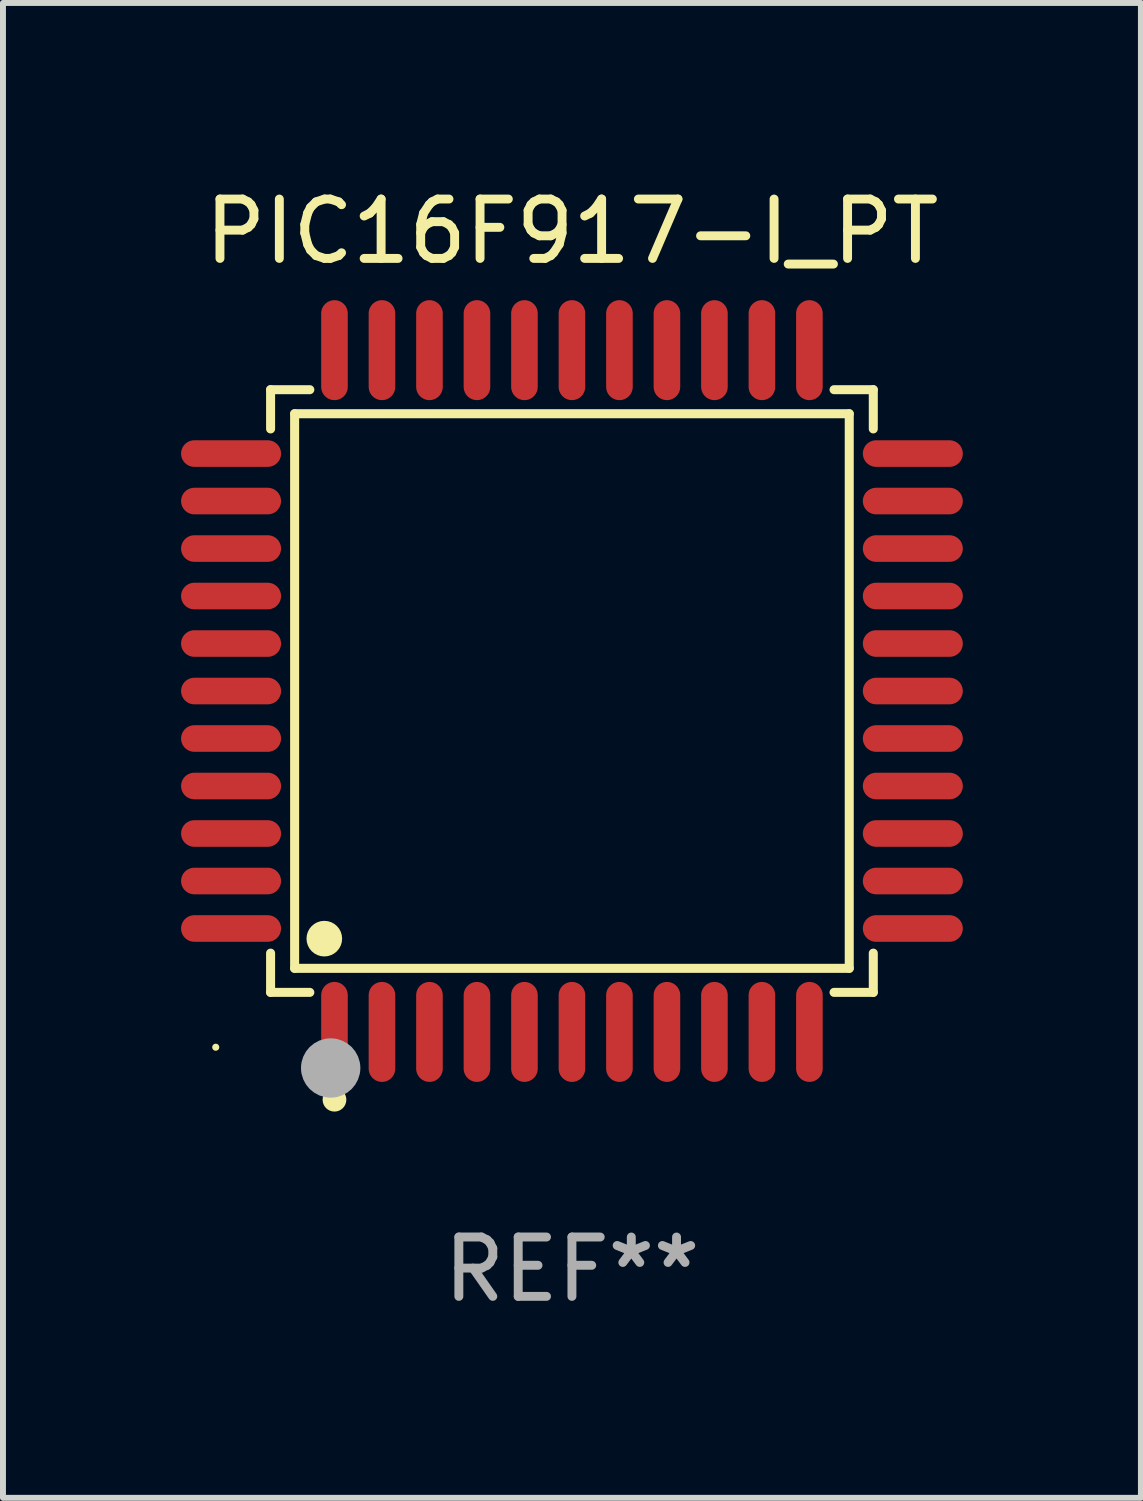
<source format=kicad_pcb>
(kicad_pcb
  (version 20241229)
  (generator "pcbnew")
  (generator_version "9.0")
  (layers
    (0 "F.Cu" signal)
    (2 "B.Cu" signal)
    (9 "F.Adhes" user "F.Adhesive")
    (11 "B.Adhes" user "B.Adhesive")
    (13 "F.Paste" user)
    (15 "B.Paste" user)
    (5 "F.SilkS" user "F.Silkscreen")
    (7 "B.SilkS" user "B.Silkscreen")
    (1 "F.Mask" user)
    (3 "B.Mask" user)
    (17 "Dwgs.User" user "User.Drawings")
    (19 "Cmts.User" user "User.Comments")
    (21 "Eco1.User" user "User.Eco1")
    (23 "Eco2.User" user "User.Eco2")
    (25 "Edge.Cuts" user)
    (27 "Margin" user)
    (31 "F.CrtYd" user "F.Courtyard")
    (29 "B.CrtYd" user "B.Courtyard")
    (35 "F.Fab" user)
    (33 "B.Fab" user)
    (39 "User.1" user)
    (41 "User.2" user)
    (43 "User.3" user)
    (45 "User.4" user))
  (footprint "PIC16F917-I_PT"
    (layer "F.Cu")
    (at 6.584 8.59)
    (property "Reference" "PIC16F917-I_PT" (at 0 -7.742 0) (layer "F.SilkS") (effects (font (size 1 1) (thickness 0.15))))
    (attr through_hole)
    (fp_line (start -5.076 -5.076) (end -4.415 -5.076) (stroke (width 0.152) (type solid)) (layer "F.SilkS"))
    (fp_line (start -5.076 -4.415) (end -5.076 -5.076) (stroke (width 0.152) (type solid)) (layer "F.SilkS"))
    (fp_line (start -5.076 4.415) (end -5.076 5.076) (stroke (width 0.152) (type solid)) (layer "F.SilkS"))
    (fp_line (start -5.076 5.076) (end -4.415 5.076) (stroke (width 0.152) (type solid)) (layer "F.SilkS"))
    (fp_line (start -4.671 -4.671) (end 4.671 -4.671) (stroke (width 0.152) (type solid)) (layer "F.SilkS"))
    (fp_line (start -4.671 4.671) (end -4.671 -4.671) (stroke (width 0.152) (type solid)) (layer "F.SilkS"))
    (fp_line (start 4.671 -4.671) (end 4.671 4.671) (stroke (width 0.152) (type solid)) (layer "F.SilkS"))
    (fp_line (start 4.671 4.671) (end -4.671 4.671) (stroke (width 0.152) (type solid)) (layer "F.SilkS"))
    (fp_line (start 5.076 -5.076) (end 4.415 -5.076) (stroke (width 0.152) (type solid)) (layer "F.SilkS"))
    (fp_line (start 5.076 -4.415) (end 5.076 -5.076) (stroke (width 0.152) (type solid)) (layer "F.SilkS"))
    (fp_line (start 5.076 4.415) (end 5.076 5.076) (stroke (width 0.152) (type solid)) (layer "F.SilkS"))
    (fp_line (start 5.076 5.076) (end 4.415 5.076) (stroke (width 0.152) (type solid)) (layer "F.SilkS"))
    (fp_circle (center -6 6) (end -5.97 6) (stroke (width 0.06) (type solid)) (fill no) (layer "F.SilkS"))
    (fp_circle (center -4.171 4.171) (end -4.021 4.171) (stroke (width 0.3) (type solid)) (fill no) (layer "F.SilkS"))
    (fp_circle (center -4 6.884) (end -3.9 6.884) (stroke (width 0.2) (type solid)) (fill no) (layer "F.SilkS"))
    (fp_circle (center -4.064 6.35) (end -3.814 6.35) (stroke (width 0.5) (type solid)) (fill no) (layer "F.Fab"))
    (fp_text user "REF**" (at 0 9.742 0) (layer "F.Fab") (effects (font (size 1 1) (thickness 0.15))))
    (pad "1" smd oval (at -4 5.742) (size 0.448 1.684) (layers "F.Cu" "F.Mask" "F.Paste"))
    (pad "2" smd oval (at -3.2 5.742) (size 0.448 1.684) (layers "F.Cu" "F.Mask" "F.Paste"))
    (pad "3" smd oval (at -2.4 5.742) (size 0.448 1.684) (layers "F.Cu" "F.Mask" "F.Paste"))
    (pad "4" smd oval (at -1.6 5.742) (size 0.448 1.684) (layers "F.Cu" "F.Mask" "F.Paste"))
    (pad "5" smd oval (at -0.8 5.742) (size 0.448 1.684) (layers "F.Cu" "F.Mask" "F.Paste"))
    (pad "6" smd oval (at 0 5.742) (size 0.448 1.684) (layers "F.Cu" "F.Mask" "F.Paste"))
    (pad "7" smd oval (at 0.8 5.742) (size 0.448 1.684) (layers "F.Cu" "F.Mask" "F.Paste"))
    (pad "8" smd oval (at 1.6 5.742) (size 0.448 1.684) (layers "F.Cu" "F.Mask" "F.Paste"))
    (pad "9" smd oval (at 2.4 5.742) (size 0.448 1.684) (layers "F.Cu" "F.Mask" "F.Paste"))
    (pad "10" smd oval (at 3.2 5.742) (size 0.448 1.684) (layers "F.Cu" "F.Mask" "F.Paste"))
    (pad "11" smd oval (at 4 5.742) (size 0.448 1.684) (layers "F.Cu" "F.Mask" "F.Paste"))
    (pad "12" smd oval (at 5.742 4) (size 1.684 0.448) (layers "F.Cu" "F.Mask" "F.Paste"))
    (pad "13" smd oval (at 5.742 3.2) (size 1.684 0.448) (layers "F.Cu" "F.Mask" "F.Paste"))
    (pad "14" smd oval (at 5.742 2.4) (size 1.684 0.448) (layers "F.Cu" "F.Mask" "F.Paste"))
    (pad "15" smd oval (at 5.742 1.6) (size 1.684 0.448) (layers "F.Cu" "F.Mask" "F.Paste"))
    (pad "16" smd oval (at 5.742 0.8) (size 1.684 0.448) (layers "F.Cu" "F.Mask" "F.Paste"))
    (pad "17" smd oval (at 5.742 0) (size 1.684 0.448) (layers "F.Cu" "F.Mask" "F.Paste"))
    (pad "18" smd oval (at 5.742 -0.8) (size 1.684 0.448) (layers "F.Cu" "F.Mask" "F.Paste"))
    (pad "19" smd oval (at 5.742 -1.6) (size 1.684 0.448) (layers "F.Cu" "F.Mask" "F.Paste"))
    (pad "20" smd oval (at 5.742 -2.4) (size 1.684 0.448) (layers "F.Cu" "F.Mask" "F.Paste"))
    (pad "21" smd oval (at 5.742 -3.2) (size 1.684 0.448) (layers "F.Cu" "F.Mask" "F.Paste"))
    (pad "22" smd oval (at 5.742 -4) (size 1.684 0.448) (layers "F.Cu" "F.Mask" "F.Paste"))
    (pad "23" smd oval (at 4 -5.742) (size 0.448 1.684) (layers "F.Cu" "F.Mask" "F.Paste"))
    (pad "24" smd oval (at 3.2 -5.742) (size 0.448 1.684) (layers "F.Cu" "F.Mask" "F.Paste"))
    (pad "25" smd oval (at 2.4 -5.742) (size 0.448 1.684) (layers "F.Cu" "F.Mask" "F.Paste"))
    (pad "26" smd oval (at 1.6 -5.742) (size 0.448 1.684) (layers "F.Cu" "F.Mask" "F.Paste"))
    (pad "27" smd oval (at 0.8 -5.742) (size 0.448 1.684) (layers "F.Cu" "F.Mask" "F.Paste"))
    (pad "28" smd oval (at 0 -5.742) (size 0.448 1.684) (layers "F.Cu" "F.Mask" "F.Paste"))
    (pad "29" smd oval (at -0.8 -5.742) (size 0.448 1.684) (layers "F.Cu" "F.Mask" "F.Paste"))
    (pad "30" smd oval (at -1.6 -5.742) (size 0.448 1.684) (layers "F.Cu" "F.Mask" "F.Paste"))
    (pad "31" smd oval (at -2.4 -5.742) (size 0.448 1.684) (layers "F.Cu" "F.Mask" "F.Paste"))
    (pad "32" smd oval (at -3.2 -5.742) (size 0.448 1.684) (layers "F.Cu" "F.Mask" "F.Paste"))
    (pad "33" smd oval (at -4 -5.742) (size 0.448 1.684) (layers "F.Cu" "F.Mask" "F.Paste"))
    (pad "34" smd oval (at -5.742 -4) (size 1.684 0.448) (layers "F.Cu" "F.Mask" "F.Paste"))
    (pad "35" smd oval (at -5.742 -3.2) (size 1.684 0.448) (layers "F.Cu" "F.Mask" "F.Paste"))
    (pad "36" smd oval (at -5.742 -2.4) (size 1.684 0.448) (layers "F.Cu" "F.Mask" "F.Paste"))
    (pad "37" smd oval (at -5.742 -1.6) (size 1.684 0.448) (layers "F.Cu" "F.Mask" "F.Paste"))
    (pad "38" smd oval (at -5.742 -0.8) (size 1.684 0.448) (layers "F.Cu" "F.Mask" "F.Paste"))
    (pad "39" smd oval (at -5.742 0) (size 1.684 0.448) (layers "F.Cu" "F.Mask" "F.Paste"))
    (pad "40" smd oval (at -5.742 0.8) (size 1.684 0.448) (layers "F.Cu" "F.Mask" "F.Paste"))
    (pad "41" smd oval (at -5.742 1.6) (size 1.684 0.448) (layers "F.Cu" "F.Mask" "F.Paste"))
    (pad "42" smd oval (at -5.742 2.4) (size 1.684 0.448) (layers "F.Cu" "F.Mask" "F.Paste"))
    (pad "43" smd oval (at -5.742 3.2) (size 1.684 0.448) (layers "F.Cu" "F.Mask" "F.Paste"))
    (pad "44" smd oval (at -5.742 4) (size 1.684 0.448) (layers "F.Cu" "F.Mask" "F.Paste")))
  (gr_rect
    (start -3 -3)
    (end 16.168 22.18)
    (stroke (width 0.1) (type default))
    (fill no)
    (layer "Edge.Cuts")))
</source>
